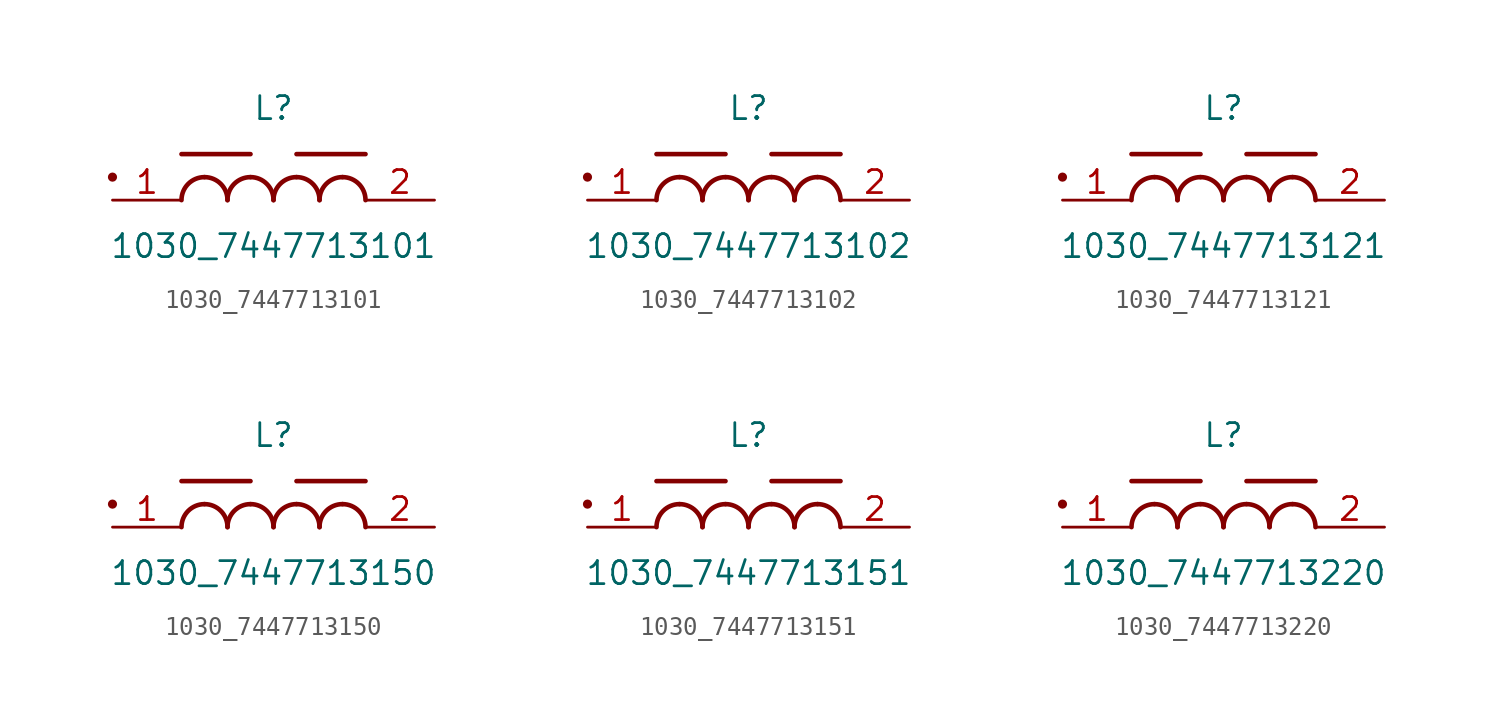
<source format=kicad_sym>
(kicad_symbol_lib
  (version 20211014)
  (generator kicad_symbol_editor)
  (symbol "Inductor_Wurth_WE-PD:1030_7447713101"
    (pin_names hide)
    (property "Reference" "L"
      (at 0 5.08 0)
      (effects (font (size 1.27 1.27))))
    (property "Value" "1030_7447713101"
      (at 0 -2.54 0)
      (effects (font (size 1.27 1.27))))
    (symbol "1030_7447713101_0_1"
      (circle (center -8.89 1.27) (radius 0.0001) (stroke (width 0.254)) (stroke (width 0.254) (type default) (color 0 0 0 0)) (fill (type none)))
      (arc (start -3.81 1.27) (mid -4.708 0.898) (end -5.08 0) (stroke (width 0.254) (type default) (color 0 0 0 0)) (fill (type none)))
      (arc (start -2.54 0) (mid -2.912 0.898) (end -3.81 1.27) (stroke (width 0.254) (type default) (color 0 0 0 0)) (fill (type none)))
      (arc (start -1.2699 1.2701) (mid -2.1679 0.8981) (end -2.5399 0.0001) (stroke (width 0.254) (type default) (color 0 0 0 0)) (fill (type none)))
      (polyline (pts (xy -5.08 2.54) (xy -1.27 2.54)) (stroke (width 0.254) (type default) (color 0 0 0 0)) (fill (type none)))
      (polyline (pts (xy 5.08 2.54) (xy 1.27 2.54)) (stroke (width 0.254) (type default) (color 0 0 0 0)) (fill (type none)))
      (arc (start 0.0001 0.0001) (mid -0.3719 0.8981) (end -1.2699 1.2701) (stroke (width 0.254) (type default) (color 0 0 0 0)) (fill (type none)))
      (arc (start 1.2701 1.2701) (mid 0.3721 0.8981) (end 0.0001 0.0001) (stroke (width 0.254) (type default) (color 0 0 0 0)) (fill (type none)))
      (arc (start 2.5401 0.0001) (mid 2.1681 0.8981) (end 1.2701 1.2701) (stroke (width 0.254) (type default) (color 0 0 0 0)) (fill (type none)))
      (arc (start 3.8101 1.2701) (mid 2.9121 0.8981) (end 2.5401 0.0001) (stroke (width 0.254) (type default) (color 0 0 0 0)) (fill (type none)))
      (arc (start 5.0801 0.0001) (mid 4.7081 0.8981) (end 3.8101 1.2701) (stroke (width 0.254) (type default) (color 0 0 0 0)) (fill (type none))))
    (symbol "1030_7447713101_1_1"
      (pin passive line (at -8.89 0 0) (length 3.81) (name "1" (effects (font (size 1.27 1.27)))) (number "1" (effects (font (size 1.27 1.27)))))
      (pin passive line (at 8.89 0 180) (length 3.81) (name "2" (effects (font (size 1.27 1.27)))) (number "2" (effects (font (size 1.27 1.27)))))))
  (symbol "Inductor_Wurth_WE-PD:1030_7447713102"
    (pin_names hide)
    (property "Reference" "L"
      (at 0 5.08 0)
      (effects (font (size 1.27 1.27))))
    (property "Value" "1030_7447713102"
      (at 0 -2.54 0)
      (effects (font (size 1.27 1.27))))
    (symbol "1030_7447713102_0_1"
      (circle (center -8.89 1.27) (radius 0.0001) (stroke (width 0.254)) (stroke (width 0.254) (type default) (color 0 0 0 0)) (fill (type none)))
      (arc (start -3.81 1.27) (mid -4.708 0.898) (end -5.08 0) (stroke (width 0.254) (type default) (color 0 0 0 0)) (fill (type none)))
      (arc (start -2.54 0) (mid -2.912 0.898) (end -3.81 1.27) (stroke (width 0.254) (type default) (color 0 0 0 0)) (fill (type none)))
      (arc (start -1.2699 1.2701) (mid -2.1679 0.8981) (end -2.5399 0.0001) (stroke (width 0.254) (type default) (color 0 0 0 0)) (fill (type none)))
      (polyline (pts (xy -5.08 2.54) (xy -1.27 2.54)) (stroke (width 0.254) (type default) (color 0 0 0 0)) (fill (type none)))
      (polyline (pts (xy 5.08 2.54) (xy 1.27 2.54)) (stroke (width 0.254) (type default) (color 0 0 0 0)) (fill (type none)))
      (arc (start 0.0001 0.0001) (mid -0.3719 0.8981) (end -1.2699 1.2701) (stroke (width 0.254) (type default) (color 0 0 0 0)) (fill (type none)))
      (arc (start 1.2701 1.2701) (mid 0.3721 0.8981) (end 0.0001 0.0001) (stroke (width 0.254) (type default) (color 0 0 0 0)) (fill (type none)))
      (arc (start 2.5401 0.0001) (mid 2.1681 0.8981) (end 1.2701 1.2701) (stroke (width 0.254) (type default) (color 0 0 0 0)) (fill (type none)))
      (arc (start 3.8101 1.2701) (mid 2.9121 0.8981) (end 2.5401 0.0001) (stroke (width 0.254) (type default) (color 0 0 0 0)) (fill (type none)))
      (arc (start 5.0801 0.0001) (mid 4.7081 0.8981) (end 3.8101 1.2701) (stroke (width 0.254) (type default) (color 0 0 0 0)) (fill (type none))))
    (symbol "1030_7447713102_1_1"
      (pin passive line (at -8.89 0 0) (length 3.81) (name "1" (effects (font (size 1.27 1.27)))) (number "1" (effects (font (size 1.27 1.27)))))
      (pin passive line (at 8.89 0 180) (length 3.81) (name "2" (effects (font (size 1.27 1.27)))) (number "2" (effects (font (size 1.27 1.27)))))))
  (symbol "Inductor_Wurth_WE-PD:1030_7447713121"
    (pin_names hide)
    (property "Reference" "L"
      (at 0 5.08 0)
      (effects (font (size 1.27 1.27))))
    (property "Value" "1030_7447713121"
      (at 0 -2.54 0)
      (effects (font (size 1.27 1.27))))
    (symbol "1030_7447713121_0_1"
      (circle (center -8.89 1.27) (radius 0.0001) (stroke (width 0.254)) (stroke (width 0.254) (type default) (color 0 0 0 0)) (fill (type none)))
      (arc (start -3.81 1.27) (mid -4.708 0.898) (end -5.08 0) (stroke (width 0.254) (type default) (color 0 0 0 0)) (fill (type none)))
      (arc (start -2.54 0) (mid -2.912 0.898) (end -3.81 1.27) (stroke (width 0.254) (type default) (color 0 0 0 0)) (fill (type none)))
      (arc (start -1.2699 1.2701) (mid -2.1679 0.8981) (end -2.5399 0.0001) (stroke (width 0.254) (type default) (color 0 0 0 0)) (fill (type none)))
      (polyline (pts (xy -5.08 2.54) (xy -1.27 2.54)) (stroke (width 0.254) (type default) (color 0 0 0 0)) (fill (type none)))
      (polyline (pts (xy 5.08 2.54) (xy 1.27 2.54)) (stroke (width 0.254) (type default) (color 0 0 0 0)) (fill (type none)))
      (arc (start 0.0001 0.0001) (mid -0.3719 0.8981) (end -1.2699 1.2701) (stroke (width 0.254) (type default) (color 0 0 0 0)) (fill (type none)))
      (arc (start 1.2701 1.2701) (mid 0.3721 0.8981) (end 0.0001 0.0001) (stroke (width 0.254) (type default) (color 0 0 0 0)) (fill (type none)))
      (arc (start 2.5401 0.0001) (mid 2.1681 0.8981) (end 1.2701 1.2701) (stroke (width 0.254) (type default) (color 0 0 0 0)) (fill (type none)))
      (arc (start 3.8101 1.2701) (mid 2.9121 0.8981) (end 2.5401 0.0001) (stroke (width 0.254) (type default) (color 0 0 0 0)) (fill (type none)))
      (arc (start 5.0801 0.0001) (mid 4.7081 0.8981) (end 3.8101 1.2701) (stroke (width 0.254) (type default) (color 0 0 0 0)) (fill (type none))))
    (symbol "1030_7447713121_1_1"
      (pin passive line (at -8.89 0 0) (length 3.81) (name "1" (effects (font (size 1.27 1.27)))) (number "1" (effects (font (size 1.27 1.27)))))
      (pin passive line (at 8.89 0 180) (length 3.81) (name "2" (effects (font (size 1.27 1.27)))) (number "2" (effects (font (size 1.27 1.27)))))))
  (symbol "Inductor_Wurth_WE-PD:1030_7447713150"
    (pin_names hide)
    (property "Reference" "L"
      (at 0 5.08 0)
      (effects (font (size 1.27 1.27))))
    (property "Value" "1030_7447713150"
      (at 0 -2.54 0)
      (effects (font (size 1.27 1.27))))
    (symbol "1030_7447713150_0_1"
      (circle (center -8.89 1.27) (radius 0.0001) (stroke (width 0.254)) (stroke (width 0.254) (type default) (color 0 0 0 0)) (fill (type none)))
      (arc (start -3.81 1.27) (mid -4.708 0.898) (end -5.08 0) (stroke (width 0.254) (type default) (color 0 0 0 0)) (fill (type none)))
      (arc (start -2.54 0) (mid -2.912 0.898) (end -3.81 1.27) (stroke (width 0.254) (type default) (color 0 0 0 0)) (fill (type none)))
      (arc (start -1.2699 1.2701) (mid -2.1679 0.8981) (end -2.5399 0.0001) (stroke (width 0.254) (type default) (color 0 0 0 0)) (fill (type none)))
      (polyline (pts (xy -5.08 2.54) (xy -1.27 2.54)) (stroke (width 0.254) (type default) (color 0 0 0 0)) (fill (type none)))
      (polyline (pts (xy 5.08 2.54) (xy 1.27 2.54)) (stroke (width 0.254) (type default) (color 0 0 0 0)) (fill (type none)))
      (arc (start 0.0001 0.0001) (mid -0.3719 0.8981) (end -1.2699 1.2701) (stroke (width 0.254) (type default) (color 0 0 0 0)) (fill (type none)))
      (arc (start 1.2701 1.2701) (mid 0.3721 0.8981) (end 0.0001 0.0001) (stroke (width 0.254) (type default) (color 0 0 0 0)) (fill (type none)))
      (arc (start 2.5401 0.0001) (mid 2.1681 0.8981) (end 1.2701 1.2701) (stroke (width 0.254) (type default) (color 0 0 0 0)) (fill (type none)))
      (arc (start 3.8101 1.2701) (mid 2.9121 0.8981) (end 2.5401 0.0001) (stroke (width 0.254) (type default) (color 0 0 0 0)) (fill (type none)))
      (arc (start 5.0801 0.0001) (mid 4.7081 0.8981) (end 3.8101 1.2701) (stroke (width 0.254) (type default) (color 0 0 0 0)) (fill (type none))))
    (symbol "1030_7447713150_1_1"
      (pin passive line (at -8.89 0 0) (length 3.81) (name "1" (effects (font (size 1.27 1.27)))) (number "1" (effects (font (size 1.27 1.27)))))
      (pin passive line (at 8.89 0 180) (length 3.81) (name "2" (effects (font (size 1.27 1.27)))) (number "2" (effects (font (size 1.27 1.27)))))))
  (symbol "Inductor_Wurth_WE-PD:1030_7447713151"
    (pin_names hide)
    (property "Reference" "L"
      (at 0 5.08 0)
      (effects (font (size 1.27 1.27))))
    (property "Value" "1030_7447713151"
      (at 0 -2.54 0)
      (effects (font (size 1.27 1.27))))
    (symbol "1030_7447713151_0_1"
      (circle (center -8.89 1.27) (radius 0.0001) (stroke (width 0.254)) (stroke (width 0.254) (type default) (color 0 0 0 0)) (fill (type none)))
      (arc (start -3.81 1.27) (mid -4.708 0.898) (end -5.08 0) (stroke (width 0.254) (type default) (color 0 0 0 0)) (fill (type none)))
      (arc (start -2.54 0) (mid -2.912 0.898) (end -3.81 1.27) (stroke (width 0.254) (type default) (color 0 0 0 0)) (fill (type none)))
      (arc (start -1.2699 1.2701) (mid -2.1679 0.8981) (end -2.5399 0.0001) (stroke (width 0.254) (type default) (color 0 0 0 0)) (fill (type none)))
      (polyline (pts (xy -5.08 2.54) (xy -1.27 2.54)) (stroke (width 0.254) (type default) (color 0 0 0 0)) (fill (type none)))
      (polyline (pts (xy 5.08 2.54) (xy 1.27 2.54)) (stroke (width 0.254) (type default) (color 0 0 0 0)) (fill (type none)))
      (arc (start 0.0001 0.0001) (mid -0.3719 0.8981) (end -1.2699 1.2701) (stroke (width 0.254) (type default) (color 0 0 0 0)) (fill (type none)))
      (arc (start 1.2701 1.2701) (mid 0.3721 0.8981) (end 0.0001 0.0001) (stroke (width 0.254) (type default) (color 0 0 0 0)) (fill (type none)))
      (arc (start 2.5401 0.0001) (mid 2.1681 0.8981) (end 1.2701 1.2701) (stroke (width 0.254) (type default) (color 0 0 0 0)) (fill (type none)))
      (arc (start 3.8101 1.2701) (mid 2.9121 0.8981) (end 2.5401 0.0001) (stroke (width 0.254) (type default) (color 0 0 0 0)) (fill (type none)))
      (arc (start 5.0801 0.0001) (mid 4.7081 0.8981) (end 3.8101 1.2701) (stroke (width 0.254) (type default) (color 0 0 0 0)) (fill (type none))))
    (symbol "1030_7447713151_1_1"
      (pin passive line (at -8.89 0 0) (length 3.81) (name "1" (effects (font (size 1.27 1.27)))) (number "1" (effects (font (size 1.27 1.27)))))
      (pin passive line (at 8.89 0 180) (length 3.81) (name "2" (effects (font (size 1.27 1.27)))) (number "2" (effects (font (size 1.27 1.27)))))))
  (symbol "Inductor_Wurth_WE-PD:1030_7447713220"
    (pin_names hide)
    (property "Reference" "L"
      (at 0 5.08 0)
      (effects (font (size 1.27 1.27))))
    (property "Value" "1030_7447713220"
      (at 0 -2.54 0)
      (effects (font (size 1.27 1.27))))
    (symbol "1030_7447713220_0_1"
      (circle (center -8.89 1.27) (radius 0.0001) (stroke (width 0.254)) (stroke (width 0.254) (type default) (color 0 0 0 0)) (fill (type none)))
      (arc (start -3.81 1.27) (mid -4.708 0.898) (end -5.08 0) (stroke (width 0.254) (type default) (color 0 0 0 0)) (fill (type none)))
      (arc (start -2.54 0) (mid -2.912 0.898) (end -3.81 1.27) (stroke (width 0.254) (type default) (color 0 0 0 0)) (fill (type none)))
      (arc (start -1.2699 1.2701) (mid -2.1679 0.8981) (end -2.5399 0.0001) (stroke (width 0.254) (type default) (color 0 0 0 0)) (fill (type none)))
      (polyline (pts (xy -5.08 2.54) (xy -1.27 2.54)) (stroke (width 0.254) (type default) (color 0 0 0 0)) (fill (type none)))
      (polyline (pts (xy 5.08 2.54) (xy 1.27 2.54)) (stroke (width 0.254) (type default) (color 0 0 0 0)) (fill (type none)))
      (arc (start 0.0001 0.0001) (mid -0.3719 0.8981) (end -1.2699 1.2701) (stroke (width 0.254) (type default) (color 0 0 0 0)) (fill (type none)))
      (arc (start 1.2701 1.2701) (mid 0.3721 0.8981) (end 0.0001 0.0001) (stroke (width 0.254) (type default) (color 0 0 0 0)) (fill (type none)))
      (arc (start 2.5401 0.0001) (mid 2.1681 0.8981) (end 1.2701 1.2701) (stroke (width 0.254) (type default) (color 0 0 0 0)) (fill (type none)))
      (arc (start 3.8101 1.2701) (mid 2.9121 0.8981) (end 2.5401 0.0001) (stroke (width 0.254) (type default) (color 0 0 0 0)) (fill (type none)))
      (arc (start 5.0801 0.0001) (mid 4.7081 0.8981) (end 3.8101 1.2701) (stroke (width 0.254) (type default) (color 0 0 0 0)) (fill (type none))))
    (symbol "1030_7447713220_1_1"
      (pin passive line (at -8.89 0 0) (length 3.81) (name "1" (effects (font (size 1.27 1.27)))) (number "1" (effects (font (size 1.27 1.27)))))
      (pin passive line (at 8.89 0 180) (length 3.81) (name "2" (effects (font (size 1.27 1.27)))) (number "2" (effects (font (size 1.27 1.27))))))))
</source>
